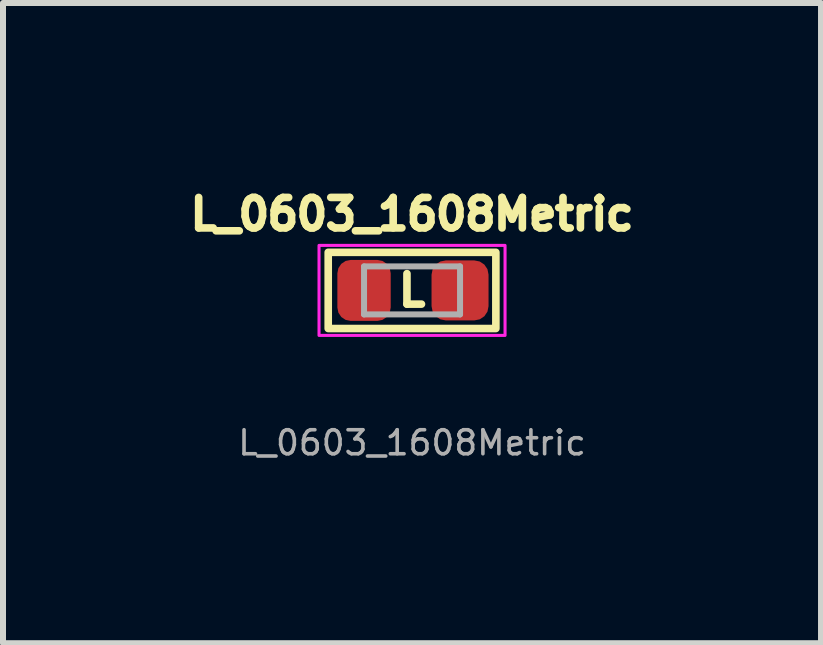
<source format=kicad_pcb>
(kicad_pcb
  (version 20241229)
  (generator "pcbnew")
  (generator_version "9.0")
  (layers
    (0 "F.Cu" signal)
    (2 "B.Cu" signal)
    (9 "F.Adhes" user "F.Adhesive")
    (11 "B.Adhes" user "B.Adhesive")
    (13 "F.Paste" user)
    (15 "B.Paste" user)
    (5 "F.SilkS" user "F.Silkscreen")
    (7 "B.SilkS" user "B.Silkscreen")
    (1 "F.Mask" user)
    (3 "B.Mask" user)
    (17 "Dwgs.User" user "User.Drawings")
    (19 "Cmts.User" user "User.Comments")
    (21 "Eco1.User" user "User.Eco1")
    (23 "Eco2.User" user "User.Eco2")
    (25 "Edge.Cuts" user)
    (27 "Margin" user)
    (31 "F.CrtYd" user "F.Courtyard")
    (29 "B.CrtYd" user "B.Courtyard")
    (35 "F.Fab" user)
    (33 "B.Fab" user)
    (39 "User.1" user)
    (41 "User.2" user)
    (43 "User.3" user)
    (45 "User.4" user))
  (footprint "L_0603_1608Metric"
    (layer "F.Cu")
    (at 3.817 1.79)
    (property "Reference" "L_0603_1608Metric" (at 0 -1.27 0) (layer "F.SilkS") (effects (font (size 0.508 0.508) (thickness 0.127))))
    (attr smd)
    (fp_rect (start -1.397 -0.635) (end 1.397 0.635) (stroke (width 0.127) (type default)) (fill no) (layer "F.SilkS"))
    (fp_rect (start -1.55 -0.75) (end 1.55 0.75) (stroke (width 0.051) (type default)) (fill no) (layer "F.CrtYd"))
    (fp_line (start -0.8 -0.4) (end 0.8 -0.4) (stroke (width 0.1) (type solid)) (layer "F.Fab"))
    (fp_line (start -0.8 0.4) (end -0.8 -0.4) (stroke (width 0.1) (type solid)) (layer "F.Fab"))
    (fp_line (start 0.8 -0.4) (end 0.8 0.4) (stroke (width 0.1) (type solid)) (layer "F.Fab"))
    (fp_line (start 0.8 0.4) (end -0.8 0.4) (stroke (width 0.1) (type solid)) (layer "F.Fab"))
    (fp_text user "L" (at 0 0 0) (layer "F.SilkS") (effects (font (size 0.508 0.508) (thickness 0.127))))
    (fp_text user "${REFERENCE}" (at 0 2.54 0) (layer "F.Fab") (effects (font (size 0.4 0.4) (thickness 0.06))))
    (pad "1" smd roundrect (at -0.8 0) (size 0.889 1.016) (layers "F.Cu" "F.Mask" "F.Paste") (roundrect_rratio 0.25))
    (pad "2" smd roundrect (at 0.8 0) (size 0.95 1) (layers "F.Cu" "F.Mask" "F.Paste") (roundrect_rratio 0.25)))
  (gr_rect
    (start -3 -3)
    (end 10.633 7.669)
    (stroke (width 0.1) (type default))
    (fill no)
    (layer "Edge.Cuts")))
</source>
